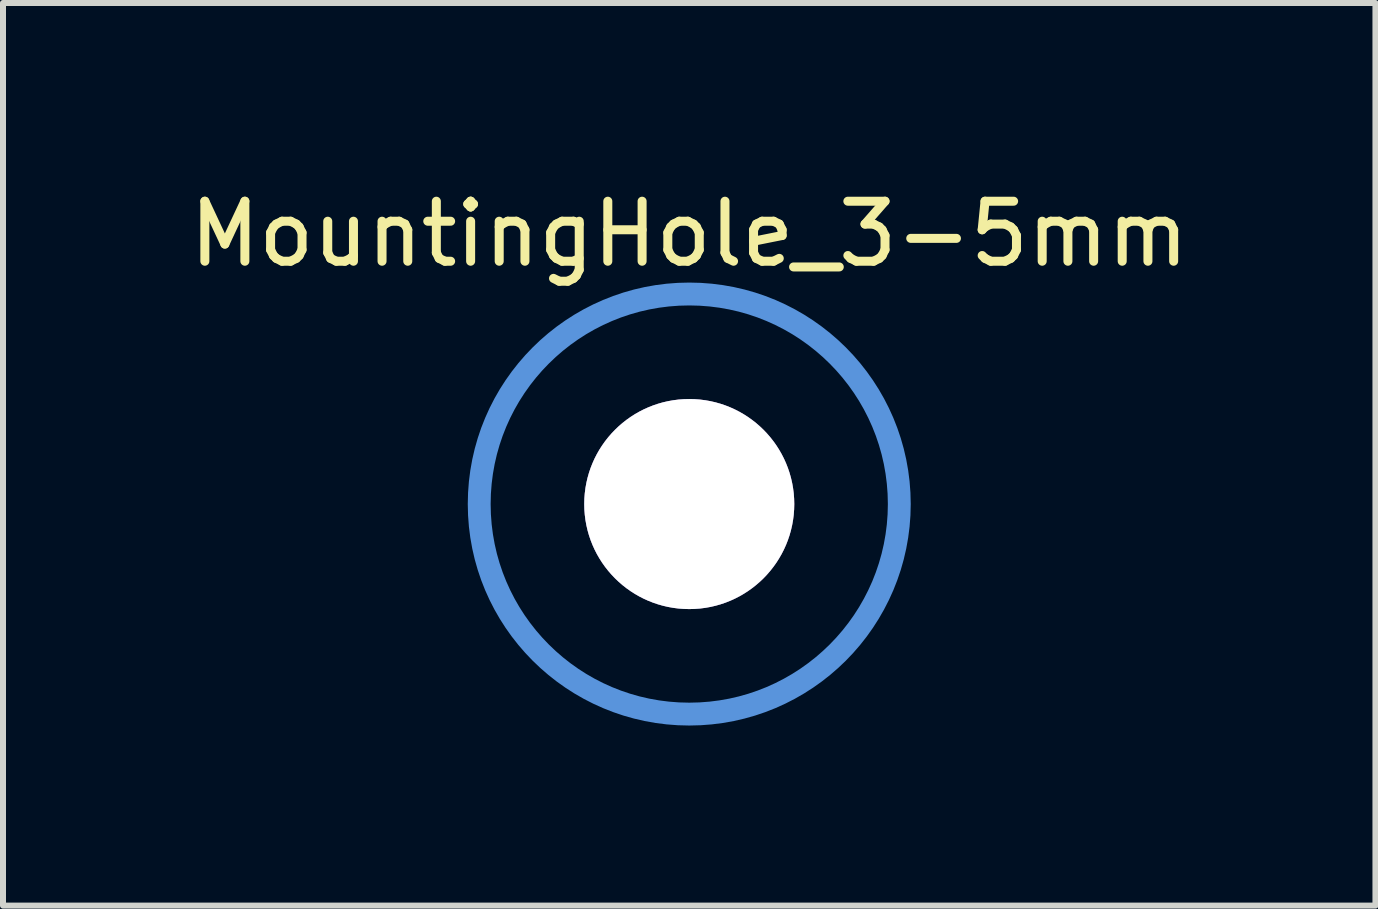
<source format=kicad_pcb>
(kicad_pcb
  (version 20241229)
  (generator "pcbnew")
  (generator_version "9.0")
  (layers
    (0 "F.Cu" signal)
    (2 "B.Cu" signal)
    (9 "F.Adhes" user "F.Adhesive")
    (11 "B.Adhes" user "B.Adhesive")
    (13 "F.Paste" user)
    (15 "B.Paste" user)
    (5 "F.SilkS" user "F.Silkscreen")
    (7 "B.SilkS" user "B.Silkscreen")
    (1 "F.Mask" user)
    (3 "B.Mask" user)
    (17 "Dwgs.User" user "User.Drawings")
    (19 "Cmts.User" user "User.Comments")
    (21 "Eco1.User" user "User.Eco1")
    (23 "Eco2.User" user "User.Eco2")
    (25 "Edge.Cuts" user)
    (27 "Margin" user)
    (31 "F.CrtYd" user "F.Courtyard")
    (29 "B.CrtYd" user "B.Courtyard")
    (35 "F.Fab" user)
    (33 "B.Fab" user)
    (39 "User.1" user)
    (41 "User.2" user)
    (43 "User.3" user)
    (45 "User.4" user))
  (footprint "MountingHole_3-5mm"
    (layer "F.Cu")
    (at 8.435 5.349)
    (property "Reference" "MountingHole_3-5mm" (at 0 -4.501 0) (layer "F.SilkS") (effects (font (size 1 1) (thickness 0.15))))
    (attr through_hole)
    (fp_circle (center 0 0) (end 3.5 0) (stroke (width 0.381) (type solid)) (fill no) (layer "Cmts.User"))
    (pad "" thru_hole circle (at 0 0) (size 3.5 3.5) (drill 3.5) (layers)))
  (gr_rect
    (start -3 -3)
    (end 19.869 12.04)
    (stroke (width 0.1) (type default))
    (fill no)
    (layer "Edge.Cuts")))
</source>
